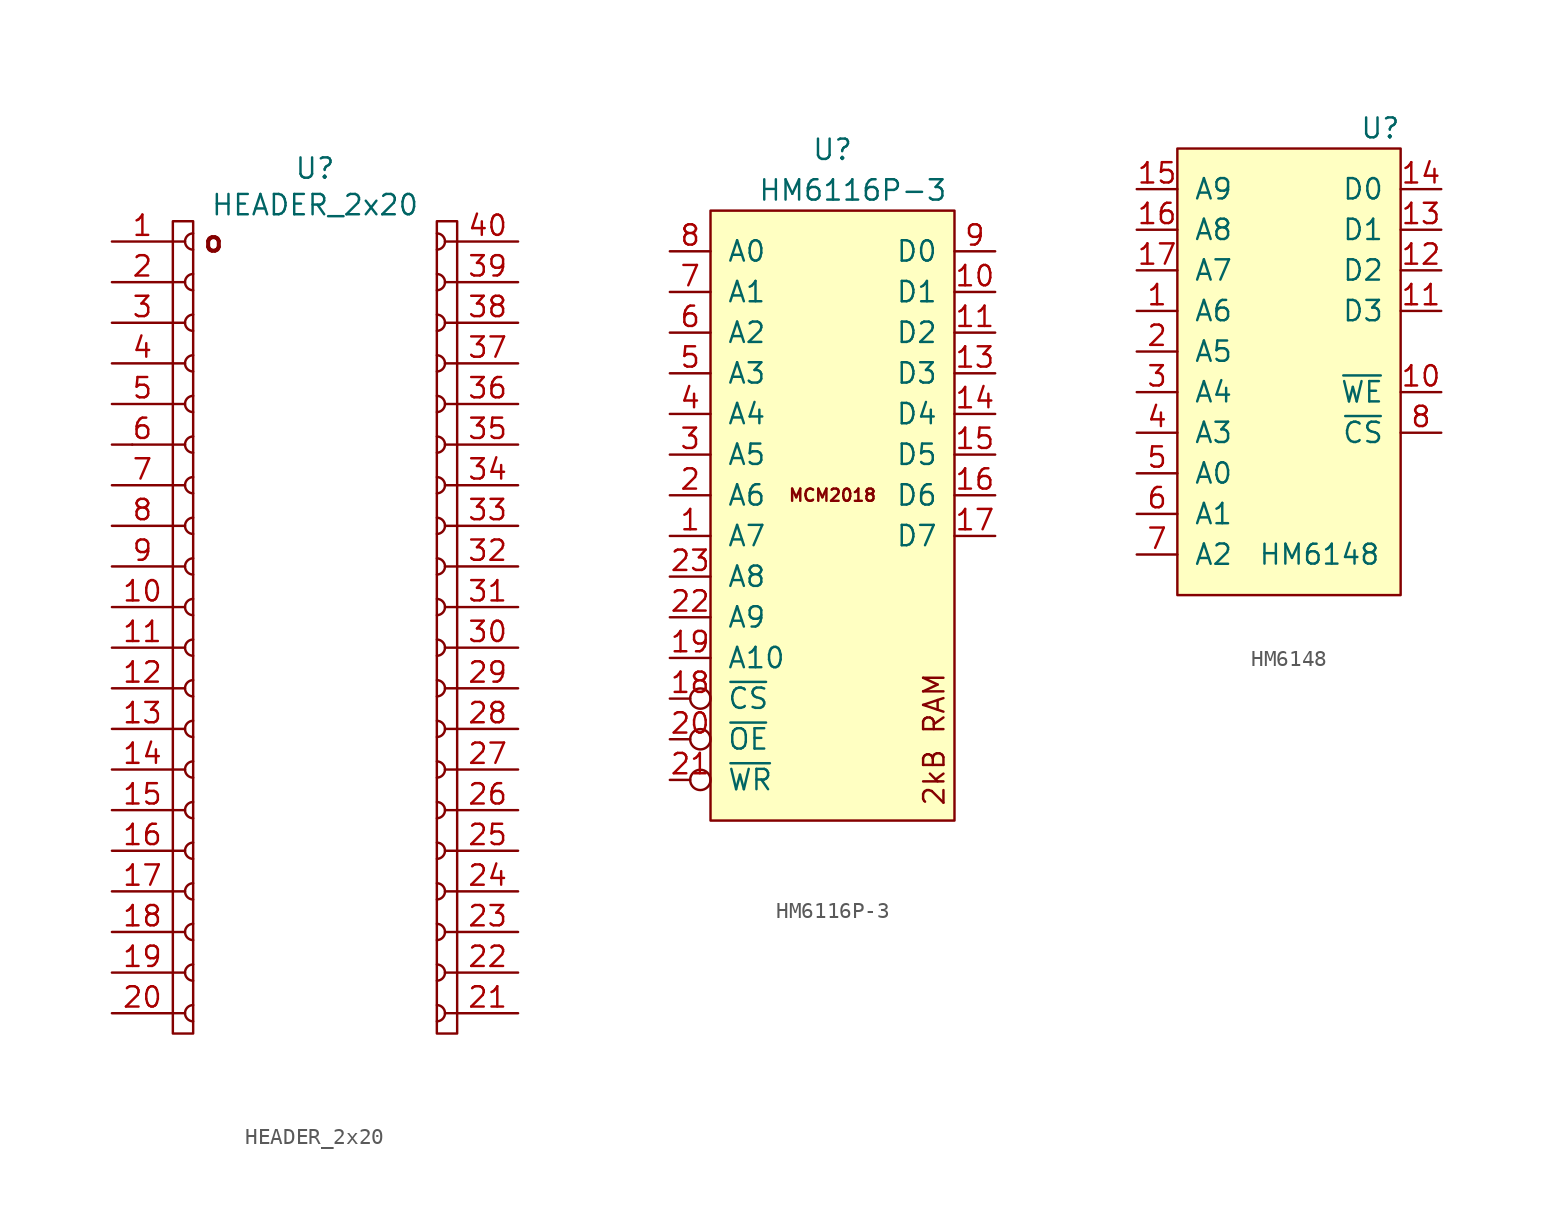
<source format=kicad_sym>
(kicad_symbol_lib
  (version 20231120)
  (generator "kicad_symbol_editor")
  (generator_version "8.0")
  (symbol "HEADER_2x20"
    (pin_names hide)
    (property "Reference" "U"
      (at 8.89 27.432 0)
      (effects (font (size 1.27 1.27))))
    (property "Value" "HEADER_2x20"
      (at 8.89 25.146 0)
      (effects (font (size 1.27 1.27))))
    (symbol "HEADER_2x20_0_1"
      (rectangle (start -2.54 10.16) (end -2.54 10.16) (stroke (width 0) (type default)) (fill (type none)))
      (rectangle (start 0 24.13) (end 1.27 -26.67) (stroke (width 0) (type default)) (fill (type none)))
      (rectangle (start 17.78 24.13) (end 16.51 -26.67) (stroke (width 0) (type default)) (fill (type none))))
    (symbol "HEADER_2x20_1_1"
      (polyline (pts (xy 0 -25.4) (xy 0.762 -25.4)) (stroke (width 0.152) (type default)) (fill (type none)))
      (polyline (pts (xy 0 -22.86) (xy 0.762 -22.86)) (stroke (width 0.152) (type default)) (fill (type none)))
      (polyline (pts (xy 0 -20.32) (xy 0.762 -20.32)) (stroke (width 0.152) (type default)) (fill (type none)))
      (polyline (pts (xy 0 -17.78) (xy 0.762 -17.78)) (stroke (width 0.152) (type default)) (fill (type none)))
      (polyline (pts (xy 0 -15.24) (xy 0.762 -15.24)) (stroke (width 0.152) (type default)) (fill (type none)))
      (polyline (pts (xy 0 -12.7) (xy 0.762 -12.7)) (stroke (width 0.152) (type default)) (fill (type none)))
      (polyline (pts (xy 0 -10.16) (xy 0.762 -10.16)) (stroke (width 0.152) (type default)) (fill (type none)))
      (polyline (pts (xy 0 -7.62) (xy 0.762 -7.62)) (stroke (width 0.152) (type default)) (fill (type none)))
      (polyline (pts (xy 0 -5.08) (xy 0.762 -5.08)) (stroke (width 0.152) (type default)) (fill (type none)))
      (polyline (pts (xy 0 -2.54) (xy 0.762 -2.54)) (stroke (width 0.152) (type default)) (fill (type none)))
      (polyline (pts (xy 0 0) (xy 0.762 0)) (stroke (width 0.152) (type default)) (fill (type none)))
      (polyline (pts (xy 0 2.54) (xy 0.762 2.54)) (stroke (width 0.152) (type default)) (fill (type none)))
      (polyline (pts (xy 0 5.08) (xy 0.762 5.08)) (stroke (width 0.152) (type default)) (fill (type none)))
      (polyline (pts (xy 0 7.62) (xy 0.762 7.62)) (stroke (width 0.152) (type default)) (fill (type none)))
      (polyline (pts (xy 0 10.16) (xy 0.762 10.16)) (stroke (width 0.152) (type default)) (fill (type none)))
      (polyline (pts (xy 0 12.7) (xy 0.762 12.7)) (stroke (width 0.152) (type default)) (fill (type none)))
      (polyline (pts (xy 0 15.24) (xy 0.762 15.24)) (stroke (width 0.152) (type default)) (fill (type none)))
      (polyline (pts (xy 0 17.78) (xy 0.762 17.78)) (stroke (width 0.152) (type default)) (fill (type none)))
      (polyline (pts (xy 0 20.32) (xy 0.762 20.32)) (stroke (width 0.152) (type default)) (fill (type none)))
      (polyline (pts (xy 0 22.86) (xy 0.762 22.86)) (stroke (width 0.152) (type default)) (fill (type none)))
      (polyline (pts (xy 17.78 -25.4) (xy 17.018 -25.4)) (stroke (width 0.152) (type default)) (fill (type none)))
      (polyline (pts (xy 17.78 -22.86) (xy 17.018 -22.86)) (stroke (width 0.152) (type default)) (fill (type none)))
      (polyline (pts (xy 17.78 -20.32) (xy 17.018 -20.32)) (stroke (width 0.152) (type default)) (fill (type none)))
      (polyline (pts (xy 17.78 -17.78) (xy 17.018 -17.78)) (stroke (width 0.152) (type default)) (fill (type none)))
      (polyline (pts (xy 17.78 -15.24) (xy 17.018 -15.24)) (stroke (width 0.152) (type default)) (fill (type none)))
      (polyline (pts (xy 17.78 -12.7) (xy 17.018 -12.7)) (stroke (width 0.152) (type default)) (fill (type none)))
      (polyline (pts (xy 17.78 -10.16) (xy 17.018 -10.16)) (stroke (width 0.152) (type default)) (fill (type none)))
      (polyline (pts (xy 17.78 -7.62) (xy 17.018 -7.62)) (stroke (width 0.152) (type default)) (fill (type none)))
      (polyline (pts (xy 17.78 -5.08) (xy 17.018 -5.08)) (stroke (width 0.152) (type default)) (fill (type none)))
      (polyline (pts (xy 17.78 -2.54) (xy 17.018 -2.54)) (stroke (width 0.152) (type default)) (fill (type none)))
      (polyline (pts (xy 17.78 0) (xy 17.018 0)) (stroke (width 0.152) (type default)) (fill (type none)))
      (polyline (pts (xy 17.78 2.54) (xy 17.018 2.54)) (stroke (width 0.152) (type default)) (fill (type none)))
      (polyline (pts (xy 17.78 5.08) (xy 17.018 5.08)) (stroke (width 0.152) (type default)) (fill (type none)))
      (polyline (pts (xy 17.78 7.62) (xy 17.018 7.62)) (stroke (width 0.152) (type default)) (fill (type none)))
      (polyline (pts (xy 17.78 10.16) (xy 17.018 10.16)) (stroke (width 0.152) (type default)) (fill (type none)))
      (polyline (pts (xy 17.78 12.7) (xy 17.018 12.7)) (stroke (width 0.152) (type default)) (fill (type none)))
      (polyline (pts (xy 17.78 15.24) (xy 17.018 15.24)) (stroke (width 0.152) (type default)) (fill (type none)))
      (polyline (pts (xy 17.78 17.78) (xy 17.018 17.78)) (stroke (width 0.152) (type default)) (fill (type none)))
      (polyline (pts (xy 17.78 20.32) (xy 17.018 20.32)) (stroke (width 0.152) (type default)) (fill (type none)))
      (polyline (pts (xy 17.78 22.86) (xy 17.018 22.86)) (stroke (width 0.152) (type default)) (fill (type none)))
      (arc (start 1.27 -24.892) (mid 0.7642 -25.4) (end 1.27 -25.908) (stroke (width 0.1524) (type default)) (fill (type none)))
      (arc (start 1.27 -22.352) (mid 0.7642 -22.86) (end 1.27 -23.368) (stroke (width 0.1524) (type default)) (fill (type none)))
      (arc (start 1.27 -19.812) (mid 0.7642 -20.32) (end 1.27 -20.828) (stroke (width 0.1524) (type default)) (fill (type none)))
      (arc (start 1.27 -17.272) (mid 0.7642 -17.78) (end 1.27 -18.288) (stroke (width 0.1524) (type default)) (fill (type none)))
      (arc (start 1.27 -14.732) (mid 0.7642 -15.24) (end 1.27 -15.748) (stroke (width 0.1524) (type default)) (fill (type none)))
      (arc (start 1.27 -12.192) (mid 0.7642 -12.7) (end 1.27 -13.208) (stroke (width 0.1524) (type default)) (fill (type none)))
      (arc (start 1.27 -9.652) (mid 0.7642 -10.16) (end 1.27 -10.668) (stroke (width 0.1524) (type default)) (fill (type none)))
      (arc (start 1.27 -7.112) (mid 0.7642 -7.62) (end 1.27 -8.128) (stroke (width 0.1524) (type default)) (fill (type none)))
      (arc (start 1.27 -4.572) (mid 0.7642 -5.08) (end 1.27 -5.588) (stroke (width 0.1524) (type default)) (fill (type none)))
      (arc (start 1.27 -2.032) (mid 0.7642 -2.54) (end 1.27 -3.048) (stroke (width 0.1524) (type default)) (fill (type none)))
      (arc (start 1.27 0.508) (mid 0.7642 0) (end 1.27 -0.508) (stroke (width 0.1524) (type default)) (fill (type none)))
      (arc (start 1.27 3.048) (mid 0.7642 2.54) (end 1.27 2.032) (stroke (width 0.1524) (type default)) (fill (type none)))
      (arc (start 1.27 5.588) (mid 0.7642 5.08) (end 1.27 4.572) (stroke (width 0.1524) (type default)) (fill (type none)))
      (arc (start 1.27 8.128) (mid 0.7642 7.62) (end 1.27 7.112) (stroke (width 0.1524) (type default)) (fill (type none)))
      (arc (start 1.27 10.668) (mid 0.7642 10.16) (end 1.27 9.652) (stroke (width 0.1524) (type default)) (fill (type none)))
      (arc (start 1.27 13.208) (mid 0.7642 12.7) (end 1.27 12.192) (stroke (width 0.1524) (type default)) (fill (type none)))
      (arc (start 1.27 15.748) (mid 0.7642 15.24) (end 1.27 14.732) (stroke (width 0.1524) (type default)) (fill (type none)))
      (arc (start 1.27 18.288) (mid 0.7642 17.78) (end 1.27 17.272) (stroke (width 0.1524) (type default)) (fill (type none)))
      (arc (start 1.27 20.828) (mid 0.7642 20.32) (end 1.27 19.812) (stroke (width 0.1524) (type default)) (fill (type none)))
      (arc (start 1.27 23.368) (mid 0.7642 22.86) (end 1.27 22.352) (stroke (width 0.1524) (type default)) (fill (type none)))
      (arc (start 16.5122 -25.908) (mid 17.02 -25.4) (end 16.5122 -24.892) (stroke (width 0.1524) (type default)) (fill (type none)))
      (arc (start 16.5122 -23.368) (mid 17.02 -22.86) (end 16.5122 -22.352) (stroke (width 0.1524) (type default)) (fill (type none)))
      (arc (start 16.5122 -20.828) (mid 17.02 -20.32) (end 16.5122 -19.812) (stroke (width 0.1524) (type default)) (fill (type none)))
      (arc (start 16.5122 -18.288) (mid 17.02 -17.78) (end 16.5122 -17.272) (stroke (width 0.1524) (type default)) (fill (type none)))
      (arc (start 16.5122 -15.748) (mid 17.02 -15.24) (end 16.5122 -14.732) (stroke (width 0.1524) (type default)) (fill (type none)))
      (arc (start 16.5122 -13.208) (mid 17.02 -12.7) (end 16.5122 -12.192) (stroke (width 0.1524) (type default)) (fill (type none)))
      (arc (start 16.5122 -10.668) (mid 17.02 -10.16) (end 16.5122 -9.652) (stroke (width 0.1524) (type default)) (fill (type none)))
      (arc (start 16.5122 -8.128) (mid 17.02 -7.62) (end 16.5122 -7.112) (stroke (width 0.1524) (type default)) (fill (type none)))
      (arc (start 16.5122 -5.588) (mid 17.02 -5.08) (end 16.5122 -4.572) (stroke (width 0.1524) (type default)) (fill (type none)))
      (arc (start 16.5122 -3.048) (mid 17.02 -2.54) (end 16.5122 -2.032) (stroke (width 0.1524) (type default)) (fill (type none)))
      (arc (start 16.5122 -0.508) (mid 17.02 0) (end 16.5122 0.508) (stroke (width 0.1524) (type default)) (fill (type none)))
      (arc (start 16.5122 2.032) (mid 17.02 2.54) (end 16.5122 3.048) (stroke (width 0.1524) (type default)) (fill (type none)))
      (arc (start 16.5122 4.572) (mid 17.02 5.08) (end 16.5122 5.588) (stroke (width 0.1524) (type default)) (fill (type none)))
      (arc (start 16.5122 7.112) (mid 17.02 7.62) (end 16.5122 8.128) (stroke (width 0.1524) (type default)) (fill (type none)))
      (arc (start 16.5122 9.652) (mid 17.02 10.16) (end 16.5122 10.668) (stroke (width 0.1524) (type default)) (fill (type none)))
      (arc (start 16.5122 12.192) (mid 17.02 12.7) (end 16.5122 13.208) (stroke (width 0.1524) (type default)) (fill (type none)))
      (arc (start 16.5122 14.732) (mid 17.02 15.24) (end 16.5122 15.748) (stroke (width 0.1524) (type default)) (fill (type none)))
      (arc (start 16.5122 17.272) (mid 17.02 17.78) (end 16.5122 18.288) (stroke (width 0.1524) (type default)) (fill (type none)))
      (arc (start 16.5122 19.812) (mid 17.02 20.32) (end 16.5122 20.828) (stroke (width 0.1524) (type default)) (fill (type none)))
      (arc (start 16.5122 22.352) (mid 17.02 22.86) (end 16.5122 23.368) (stroke (width 0.1524) (type default)) (fill (type none)))
      (text "o" (at 2.54 22.86 0) (effects (font (size 1.27 1.27) (bold yes))))
      (pin passive line (at -3.81 22.86 0) (length 3.81) (name "Pin_1" (effects (font (size 1.27 1.27)))) (number "1" (effects (font (size 1.27 1.27)))))
      (pin passive line (at -3.81 0 0) (length 3.81) (name "Pin_10" (effects (font (size 1.27 1.27)))) (number "10" (effects (font (size 1.27 1.27)))))
      (pin passive line (at -3.81 -2.54 0) (length 3.81) (name "Pin_11" (effects (font (size 1.27 1.27)))) (number "11" (effects (font (size 1.27 1.27)))))
      (pin passive line (at -3.81 -5.08 0) (length 3.81) (name "Pin_12" (effects (font (size 1.27 1.27)))) (number "12" (effects (font (size 1.27 1.27)))))
      (pin passive line (at -3.81 -7.62 0) (length 3.81) (name "Pin_13" (effects (font (size 1.27 1.27)))) (number "13" (effects (font (size 1.27 1.27)))))
      (pin passive line (at -3.81 -10.16 0) (length 3.81) (name "Pin_14" (effects (font (size 1.27 1.27)))) (number "14" (effects (font (size 1.27 1.27)))))
      (pin passive line (at -3.81 -12.7 0) (length 3.81) (name "Pin_15" (effects (font (size 1.27 1.27)))) (number "15" (effects (font (size 1.27 1.27)))))
      (pin passive line (at -3.81 -15.24 0) (length 3.81) (name "Pin_16" (effects (font (size 1.27 1.27)))) (number "16" (effects (font (size 1.27 1.27)))))
      (pin passive line (at -3.81 -17.78 0) (length 3.81) (name "Pin_17" (effects (font (size 1.27 1.27)))) (number "17" (effects (font (size 1.27 1.27)))))
      (pin passive line (at -3.81 -20.32 0) (length 3.81) (name "Pin_18" (effects (font (size 1.27 1.27)))) (number "18" (effects (font (size 1.27 1.27)))))
      (pin passive line (at -3.81 -22.86 0) (length 3.81) (name "Pin_19" (effects (font (size 1.27 1.27)))) (number "19" (effects (font (size 1.27 1.27)))))
      (pin passive line (at -3.81 20.32 0) (length 3.81) (name "Pin_2" (effects (font (size 1.27 1.27)))) (number "2" (effects (font (size 1.27 1.27)))))
      (pin passive line (at -3.81 -25.4 0) (length 3.81) (name "Pin_20" (effects (font (size 1.27 1.27)))) (number "20" (effects (font (size 1.27 1.27)))))
      (pin passive line (at 21.59 -25.4 180) (length 3.81) (name "Pin_21" (effects (font (size 1.27 1.27)))) (number "21" (effects (font (size 1.27 1.27)))))
      (pin passive line (at 21.59 -22.86 180) (length 3.81) (name "Pin_22" (effects (font (size 1.27 1.27)))) (number "22" (effects (font (size 1.27 1.27)))))
      (pin passive line (at 21.59 -20.32 180) (length 3.81) (name "Pin_23" (effects (font (size 1.27 1.27)))) (number "23" (effects (font (size 1.27 1.27)))))
      (pin passive line (at 21.59 -17.78 180) (length 3.81) (name "Pin_24" (effects (font (size 1.27 1.27)))) (number "24" (effects (font (size 1.27 1.27)))))
      (pin passive line (at 21.59 -15.24 180) (length 3.81) (name "Pin_25" (effects (font (size 1.27 1.27)))) (number "25" (effects (font (size 1.27 1.27)))))
      (pin passive line (at 21.59 -12.7 180) (length 3.81) (name "Pin_26" (effects (font (size 1.27 1.27)))) (number "26" (effects (font (size 1.27 1.27)))))
      (pin passive line (at 21.59 -10.16 180) (length 3.81) (name "Pin_27" (effects (font (size 1.27 1.27)))) (number "27" (effects (font (size 1.27 1.27)))))
      (pin passive line (at 21.59 -7.62 180) (length 3.81) (name "Pin_28" (effects (font (size 1.27 1.27)))) (number "28" (effects (font (size 1.27 1.27)))))
      (pin passive line (at 21.59 -5.08 180) (length 3.81) (name "Pin_29" (effects (font (size 1.27 1.27)))) (number "29" (effects (font (size 1.27 1.27)))))
      (pin passive line (at -3.81 17.78 0) (length 3.81) (name "Pin_3" (effects (font (size 1.27 1.27)))) (number "3" (effects (font (size 1.27 1.27)))))
      (pin passive line (at 21.59 -2.54 180) (length 3.81) (name "Pin_30" (effects (font (size 1.27 1.27)))) (number "30" (effects (font (size 1.27 1.27)))))
      (pin passive line (at 21.59 0 180) (length 3.81) (name "Pin_31" (effects (font (size 1.27 1.27)))) (number "31" (effects (font (size 1.27 1.27)))))
      (pin passive line (at 21.59 2.54 180) (length 3.81) (name "Pin_32" (effects (font (size 1.27 1.27)))) (number "32" (effects (font (size 1.27 1.27)))))
      (pin passive line (at 21.59 5.08 180) (length 3.81) (name "Pin_33" (effects (font (size 1.27 1.27)))) (number "33" (effects (font (size 1.27 1.27)))))
      (pin passive line (at 21.59 7.62 180) (length 3.81) (name "Pin_34" (effects (font (size 1.27 1.27)))) (number "34" (effects (font (size 1.27 1.27)))))
      (pin passive line (at 21.59 10.16 180) (length 3.81) (name "Pin_35" (effects (font (size 1.27 1.27)))) (number "35" (effects (font (size 1.27 1.27)))))
      (pin passive line (at 21.59 12.7 180) (length 3.81) (name "Pin_36" (effects (font (size 1.27 1.27)))) (number "36" (effects (font (size 1.27 1.27)))))
      (pin passive line (at 21.59 15.24 180) (length 3.81) (name "Pin_37" (effects (font (size 1.27 1.27)))) (number "37" (effects (font (size 1.27 1.27)))))
      (pin passive line (at 21.59 17.78 180) (length 3.81) (name "Pin_38" (effects (font (size 1.27 1.27)))) (number "38" (effects (font (size 1.27 1.27)))))
      (pin passive line (at 21.59 20.32 180) (length 3.81) (name "Pin_39" (effects (font (size 1.27 1.27)))) (number "39" (effects (font (size 1.27 1.27)))))
      (pin passive line (at -3.81 15.24 0) (length 3.81) (name "Pin_4" (effects (font (size 1.27 1.27)))) (number "4" (effects (font (size 1.27 1.27)))))
      (pin passive line (at 21.59 22.86 180) (length 3.81) (name "Pin_40" (effects (font (size 1.27 1.27)))) (number "40" (effects (font (size 1.27 1.27)))))
      (pin passive line (at -3.81 12.7 0) (length 3.81) (name "Pin_5" (effects (font (size 1.27 1.27)))) (number "5" (effects (font (size 1.27 1.27)))))
      (pin passive line (at -3.81 10.16 0) (length 3.81) (name "Pin_6" (effects (font (size 1.27 1.27)))) (number "6" (effects (font (size 1.27 1.27)))))
      (pin passive line (at -3.81 7.62 0) (length 3.81) (name "Pin_7" (effects (font (size 1.27 1.27)))) (number "7" (effects (font (size 1.27 1.27)))))
      (pin passive line (at -3.81 5.08 0) (length 3.81) (name "Pin_8" (effects (font (size 1.27 1.27)))) (number "8" (effects (font (size 1.27 1.27)))))
      (pin passive line (at -3.81 2.54 0) (length 3.81) (name "Pin_9" (effects (font (size 1.27 1.27)))) (number "9" (effects (font (size 1.27 1.27)))))))
  (symbol "HM6116P-3"
    (pin_names
      (offset 1.016))
    (property "Reference" "U"
      (at 0 21.59 0)
      (effects (font (size 1.27 1.27))))
    (property "Value" "HM6116P-3"
      (at 1.27 19.05 0)
      (effects (font (size 1.27 1.27))))
    (symbol "HM6116P-3_0_0"
      (text "2kB RAM" (at 6.35 -15.24 900) (effects (font (size 1.27 1.27))))
      (text "MCM2018" (at 0 0 0) (effects (font (size 0.762 0.762)))))
    (symbol "HM6116P-3_0_1"
      (rectangle (start -7.62 17.78) (end 7.62 -20.32) (stroke (width 0) (type default)) (fill (type background))))
    (symbol "HM6116P-3_1_1"
      (pin input line (at -10.16 -2.54 0) (length 2.54) (name "A7" (effects (font (size 1.27 1.27)))) (number "1" (effects (font (size 1.27 1.27)))))
      (pin tri_state line (at 10.16 12.7 180) (length 2.54) (name "D1" (effects (font (size 1.27 1.27)))) (number "10" (effects (font (size 1.27 1.27)))))
      (pin tri_state line (at 10.16 10.16 180) (length 2.54) (name "D2" (effects (font (size 1.27 1.27)))) (number "11" (effects (font (size 1.27 1.27)))))
      (pin power_in line (at 0 -20.32 90) (length 5.08) hide (name "VSS" (effects (font (size 1.27 1.27)))) (number "12" (effects (font (size 1.27 1.27)))))
      (pin tri_state line (at 10.16 7.62 180) (length 2.54) (name "D3" (effects (font (size 1.27 1.27)))) (number "13" (effects (font (size 1.27 1.27)))))
      (pin tri_state line (at 10.16 5.08 180) (length 2.54) (name "D4" (effects (font (size 1.27 1.27)))) (number "14" (effects (font (size 1.27 1.27)))))
      (pin tri_state line (at 10.16 2.54 180) (length 2.54) (name "D5" (effects (font (size 1.27 1.27)))) (number "15" (effects (font (size 1.27 1.27)))))
      (pin tri_state line (at 10.16 0 180) (length 2.54) (name "D6" (effects (font (size 1.27 1.27)))) (number "16" (effects (font (size 1.27 1.27)))))
      (pin tri_state line (at 10.16 -2.54 180) (length 2.54) (name "D7" (effects (font (size 1.27 1.27)))) (number "17" (effects (font (size 1.27 1.27)))))
      (pin input inverted (at -10.16 -12.7 0) (length 2.54) (name "~{CS}" (effects (font (size 1.27 1.27)))) (number "18" (effects (font (size 1.27 1.27)))))
      (pin input line (at -10.16 -10.16 0) (length 2.54) (name "A10" (effects (font (size 1.27 1.27)))) (number "19" (effects (font (size 1.27 1.27)))))
      (pin input line (at -10.16 0 0) (length 2.54) (name "A6" (effects (font (size 1.27 1.27)))) (number "2" (effects (font (size 1.27 1.27)))))
      (pin input inverted (at -10.16 -15.24 0) (length 2.54) (name "~{OE}" (effects (font (size 1.27 1.27)))) (number "20" (effects (font (size 1.27 1.27)))))
      (pin input inverted (at -10.16 -17.78 0) (length 2.54) (name "~{WR}" (effects (font (size 1.27 1.27)))) (number "21" (effects (font (size 1.27 1.27)))))
      (pin input line (at -10.16 -7.62 0) (length 2.54) (name "A9" (effects (font (size 1.27 1.27)))) (number "22" (effects (font (size 1.27 1.27)))))
      (pin input line (at -10.16 -5.08 0) (length 2.54) (name "A8" (effects (font (size 1.27 1.27)))) (number "23" (effects (font (size 1.27 1.27)))))
      (pin power_in line (at 0 17.78 270) (length 5.08) hide (name "VCC" (effects (font (size 1.27 1.27)))) (number "24" (effects (font (size 1.27 1.27)))))
      (pin input line (at -10.16 2.54 0) (length 2.54) (name "A5" (effects (font (size 1.27 1.27)))) (number "3" (effects (font (size 1.27 1.27)))))
      (pin input line (at -10.16 5.08 0) (length 2.54) (name "A4" (effects (font (size 1.27 1.27)))) (number "4" (effects (font (size 1.27 1.27)))))
      (pin input line (at -10.16 7.62 0) (length 2.54) (name "A3" (effects (font (size 1.27 1.27)))) (number "5" (effects (font (size 1.27 1.27)))))
      (pin input line (at -10.16 10.16 0) (length 2.54) (name "A2" (effects (font (size 1.27 1.27)))) (number "6" (effects (font (size 1.27 1.27)))))
      (pin input line (at -10.16 12.7 0) (length 2.54) (name "A1" (effects (font (size 1.27 1.27)))) (number "7" (effects (font (size 1.27 1.27)))))
      (pin input line (at -10.16 15.24 0) (length 2.54) (name "A0" (effects (font (size 1.27 1.27)))) (number "8" (effects (font (size 1.27 1.27)))))
      (pin tri_state line (at 10.16 15.24 180) (length 2.54) (name "D0" (effects (font (size 1.27 1.27)))) (number "9" (effects (font (size 1.27 1.27)))))))
  (symbol "HM6148"
    (pin_names
      (offset 1.016))
    (property "Reference" "U"
      (at 6.35 15.24 0)
      (effects (font (size 1.245 1.245))))
    (property "Value" "HM6148"
      (at 2.54 -11.43 0)
      (effects (font (size 1.245 1.245))))
    (symbol "HM6148_0_1"
      (rectangle (start -6.35 13.97) (end 7.62 -13.97) (stroke (width 0) (type default)) (fill (type background))))
    (symbol "HM6148_1_1"
      (pin input line (at -8.89 3.81 0) (length 2.54) (name "A6" (effects (font (size 1.27 1.27)))) (number "1" (effects (font (size 1.27 1.27)))))
      (pin input line (at 10.16 -1.27 180) (length 2.54) (name "~{WE}" (effects (font (size 1.27 1.27)))) (number "10" (effects (font (size 1.27 1.27)))))
      (pin output line (at 10.16 3.81 180) (length 2.54) (name "D3" (effects (font (size 1.27 1.27)))) (number "11" (effects (font (size 1.27 1.27)))))
      (pin output line (at 10.16 6.35 180) (length 2.54) (name "D2" (effects (font (size 1.27 1.27)))) (number "12" (effects (font (size 1.27 1.27)))))
      (pin output line (at 10.16 8.89 180) (length 2.54) (name "D1" (effects (font (size 1.27 1.27)))) (number "13" (effects (font (size 1.27 1.27)))))
      (pin output line (at 10.16 11.43 180) (length 2.54) (name "D0" (effects (font (size 1.27 1.27)))) (number "14" (effects (font (size 1.27 1.27)))))
      (pin input line (at -8.89 11.43 0) (length 2.54) (name "A9" (effects (font (size 1.27 1.27)))) (number "15" (effects (font (size 1.27 1.27)))))
      (pin input line (at -8.89 8.89 0) (length 2.54) (name "A8" (effects (font (size 1.27 1.27)))) (number "16" (effects (font (size 1.27 1.27)))))
      (pin input line (at -8.89 6.35 0) (length 2.54) (name "A7" (effects (font (size 1.27 1.27)))) (number "17" (effects (font (size 1.27 1.27)))))
      (pin input line (at -8.89 1.27 0) (length 2.54) (name "A5" (effects (font (size 1.27 1.27)))) (number "2" (effects (font (size 1.27 1.27)))))
      (pin input line (at -8.89 -1.27 0) (length 2.54) (name "A4" (effects (font (size 1.27 1.27)))) (number "3" (effects (font (size 1.27 1.27)))))
      (pin input line (at -8.89 -3.81 0) (length 2.54) (name "A3" (effects (font (size 1.27 1.27)))) (number "4" (effects (font (size 1.27 1.27)))))
      (pin input line (at -8.89 -6.35 0) (length 2.54) (name "A0" (effects (font (size 1.27 1.27)))) (number "5" (effects (font (size 1.27 1.27)))))
      (pin input line (at -8.89 -8.89 0) (length 2.54) (name "A1" (effects (font (size 1.27 1.27)))) (number "6" (effects (font (size 1.27 1.27)))))
      (pin input line (at -8.89 -11.43 0) (length 2.54) (name "A2" (effects (font (size 1.27 1.27)))) (number "7" (effects (font (size 1.27 1.27)))))
      (pin input line (at 10.16 -3.81 180) (length 2.54) (name "~{CS}" (effects (font (size 1.27 1.27)))) (number "8" (effects (font (size 1.27 1.27))))))))
</source>
